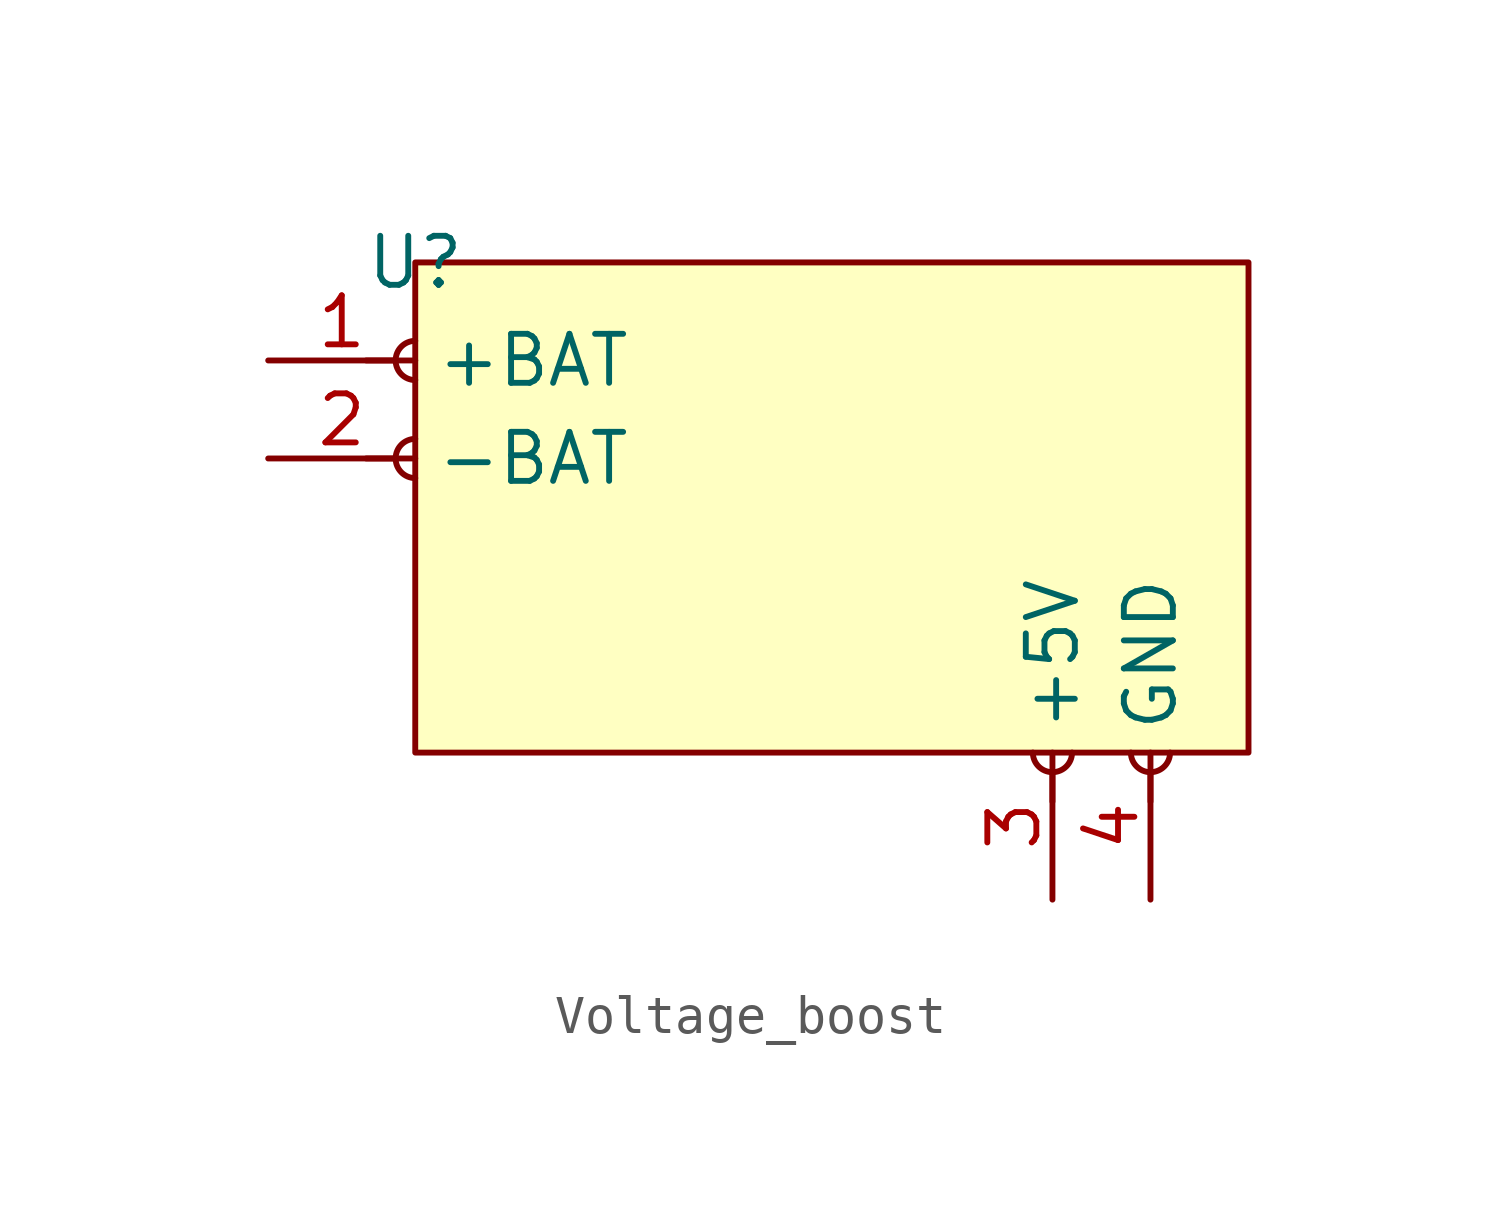
<source format=kicad_sym>
(kicad_symbol_lib
  (version 20241209)
  (generator "kicad_symbol_editor")
  (generator_version "9.0")
  (symbol "Voltage_boost"
    (power)
    (property "Reference" "U"
      (at 0 0 0)
      (effects (font (size 1.27 1.27))))
    (property "Value" ""
      (at 0 0 0)
      (effects (font (size 1.27 1.27))))
    (symbol "Voltage_boost_1_1"
      (polyline (pts (xy -1.27 -2.54) (xy -0.508 -2.54)) (stroke (width 0.152) (type default)) (fill (type none)))
      (polyline (pts (xy -1.27 -5.08) (xy -0.508 -5.08)) (stroke (width 0.152) (type default)) (fill (type none)))
      (rectangle (start 0 0) (end 21.59 -12.7) (stroke (width 0) (type solid)) (fill (type background)))
      (arc (start 0 -3.048) (mid -0.5058 -2.54) (end 0 -2.032) (stroke (width 0.1524) (type default)) (fill (type none)))
      (arc (start 0 -5.588) (mid -0.5058 -5.08) (end 0 -4.572) (stroke (width 0.1524) (type default)) (fill (type none)))
      (arc (start 17.018 -12.7) (mid 16.51 -13.2058) (end 16.002 -12.7) (stroke (width 0.1524) (type default)) (fill (type none)))
      (polyline (pts (xy 16.51 -13.97) (xy 16.51 -13.208)) (stroke (width 0.152) (type default)) (fill (type none)))
      (arc (start 19.558 -12.7) (mid 19.05 -13.2058) (end 18.542 -12.7) (stroke (width 0.1524) (type default)) (fill (type none)))
      (polyline (pts (xy 19.05 -13.97) (xy 19.05 -13.208)) (stroke (width 0.152) (type default)) (fill (type none)))
      (pin passive line (at -3.81 -2.54 0) (length 3.81) (name "+BAT" (effects (font (size 1.27 1.27)))) (number "1" (effects (font (size 1.27 1.27)))))
      (pin passive line (at -3.81 -5.08 0) (length 3.81) (name "-BAT" (effects (font (size 1.27 1.27)))) (number "2" (effects (font (size 1.27 1.27)))))
      (pin passive line (at 16.51 -16.51 90) (length 3.81) (name "+5V" (effects (font (size 1.27 1.27)))) (number "3" (effects (font (size 1.27 1.27)))))
      (pin passive line (at 19.05 -16.51 90) (length 3.81) (name "GND" (effects (font (size 1.27 1.27)))) (number "4" (effects (font (size 1.27 1.27))))))))
</source>
